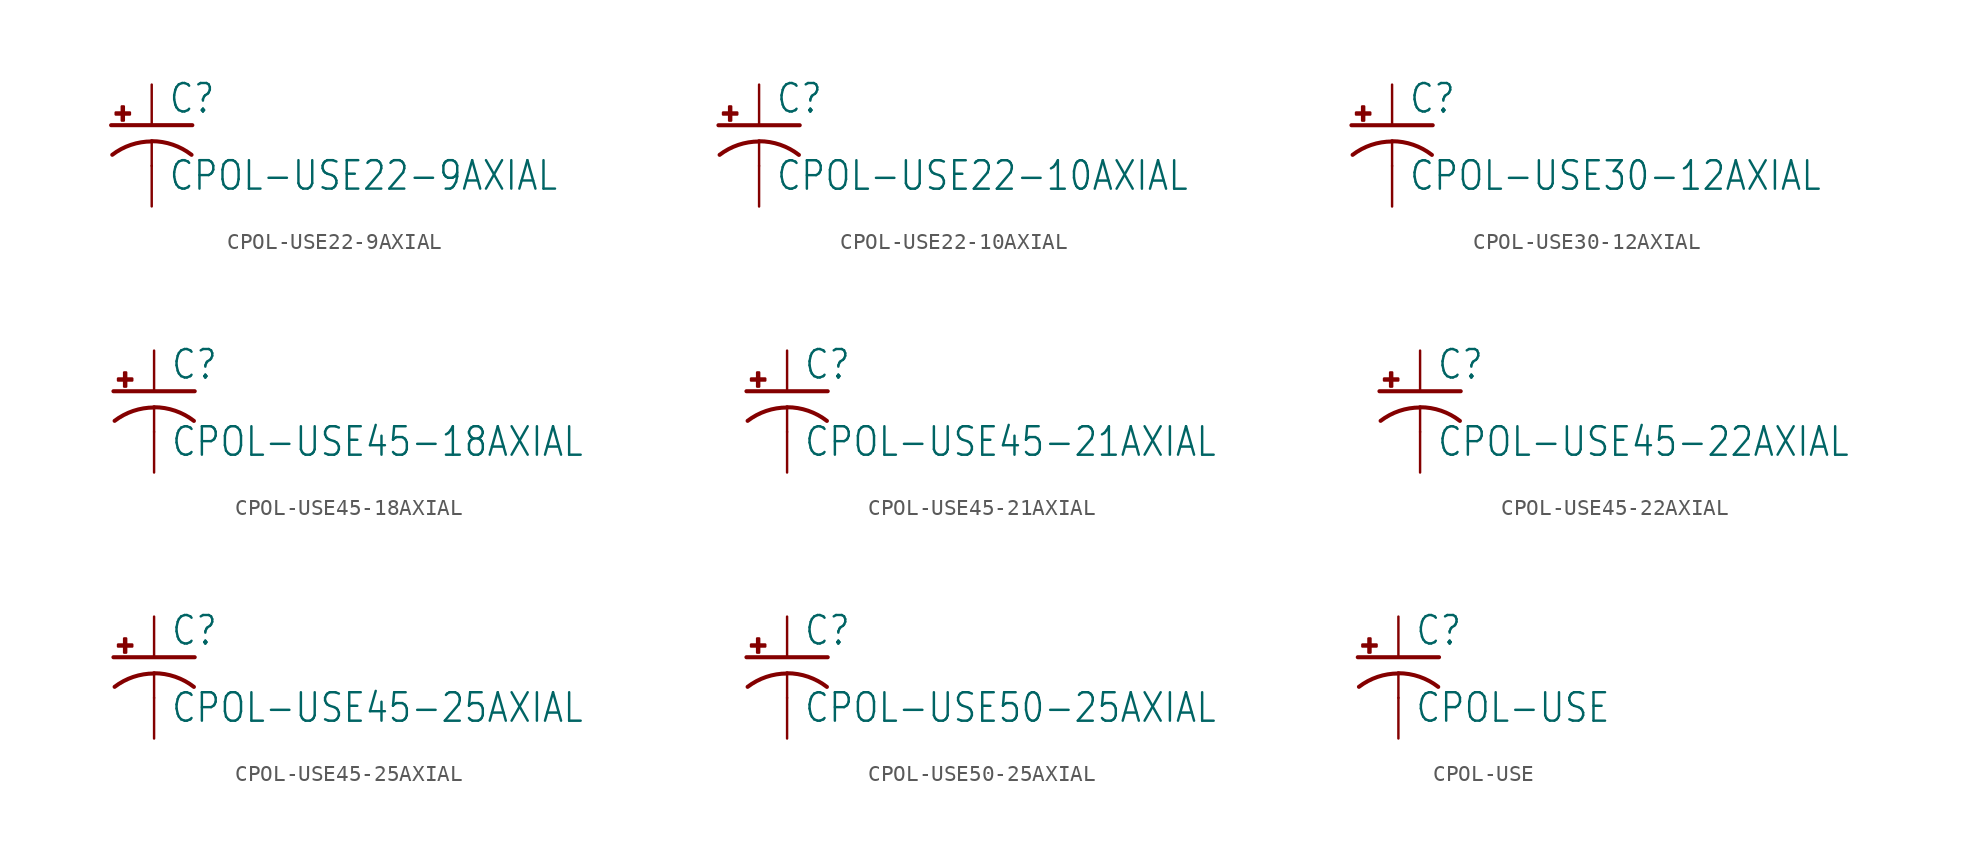
<source format=kicad_sym>
(kicad_symbol_lib
  (version 20211014)
  (generator kicad_symbol_editor)
  (symbol "CPOL-USE22-9AXIAL"
    (property "Reference" "C"
      (at 1.016 0.635 0)
      (effects (font (size 1.778 1.511)) (justify left bottom)))
    (property "Value" "CPOL-USE22-9AXIAL"
      (at 1.016 -4.191 0)
      (effects (font (size 1.778 1.511)) (justify left bottom)))
    (property "ki_locked" ""
      (at 0 0 0)
      (effects (font (size 1.27 1.27))))
    (symbol "CPOL-USE22-9AXIAL_1_0"
      (rectangle (start -2.253 0.668) (end -1.364 0.795) (stroke (width 0) (type default) (color 0 0 0 0)) (fill (type outline)))
      (rectangle (start -1.872 0.287) (end -1.745 1.176) (stroke (width 0) (type default) (color 0 0 0 0)) (fill (type outline)))
      (arc (start 0 -1.0161) (mid -1.3021 -1.2302) (end -2.4669 -1.8504) (stroke (width 0.254) (type default) (color 0 0 0 0)) (fill (type none)))
      (polyline (pts (xy -2.54 0) (xy 2.54 0)) (stroke (width 0.254) (type default) (color 0 0 0 0)) (fill (type none)))
      (polyline (pts (xy 0 -1.016) (xy 0 -2.54)) (stroke (width 0.152) (type default) (color 0 0 0 0)) (fill (type none)))
      (arc (start 2.4892 -1.8542) (mid 1.3158 -1.2195) (end 0 -1) (stroke (width 0.254) (type default) (color 0 0 0 0)) (fill (type none)))
      (pin passive line (at 0 2.54 270) (length 2.54) (name "+" (effects (font (size 0 0)))) (number "+" (effects (font (size 0 0)))))
      (pin passive line (at 0 -5.08 90) (length 2.54) (name "-" (effects (font (size 0 0)))) (number "-" (effects (font (size 0 0)))))))
  (symbol "CPOL-USE22-10AXIAL"
    (property "Reference" "C"
      (at 1.016 0.635 0)
      (effects (font (size 1.778 1.511)) (justify left bottom)))
    (property "Value" "CPOL-USE22-10AXIAL"
      (at 1.016 -4.191 0)
      (effects (font (size 1.778 1.511)) (justify left bottom)))
    (property "ki_locked" ""
      (at 0 0 0)
      (effects (font (size 1.27 1.27))))
    (symbol "CPOL-USE22-10AXIAL_1_0"
      (rectangle (start -2.253 0.668) (end -1.364 0.795) (stroke (width 0) (type default) (color 0 0 0 0)) (fill (type outline)))
      (rectangle (start -1.872 0.287) (end -1.745 1.176) (stroke (width 0) (type default) (color 0 0 0 0)) (fill (type outline)))
      (arc (start 0 -1.0161) (mid -1.3021 -1.2302) (end -2.4669 -1.8504) (stroke (width 0.254) (type default) (color 0 0 0 0)) (fill (type none)))
      (polyline (pts (xy -2.54 0) (xy 2.54 0)) (stroke (width 0.254) (type default) (color 0 0 0 0)) (fill (type none)))
      (polyline (pts (xy 0 -1.016) (xy 0 -2.54)) (stroke (width 0.152) (type default) (color 0 0 0 0)) (fill (type none)))
      (arc (start 2.4892 -1.8542) (mid 1.3158 -1.2195) (end 0 -1) (stroke (width 0.254) (type default) (color 0 0 0 0)) (fill (type none)))
      (pin passive line (at 0 2.54 270) (length 2.54) (name "+" (effects (font (size 0 0)))) (number "+" (effects (font (size 0 0)))))
      (pin passive line (at 0 -5.08 90) (length 2.54) (name "-" (effects (font (size 0 0)))) (number "-" (effects (font (size 0 0)))))))
  (symbol "CPOL-USE30-12AXIAL"
    (property "Reference" "C"
      (at 1.016 0.635 0)
      (effects (font (size 1.778 1.511)) (justify left bottom)))
    (property "Value" "CPOL-USE30-12AXIAL"
      (at 1.016 -4.191 0)
      (effects (font (size 1.778 1.511)) (justify left bottom)))
    (property "ki_locked" ""
      (at 0 0 0)
      (effects (font (size 1.27 1.27))))
    (symbol "CPOL-USE30-12AXIAL_1_0"
      (rectangle (start -2.253 0.668) (end -1.364 0.795) (stroke (width 0) (type default) (color 0 0 0 0)) (fill (type outline)))
      (rectangle (start -1.872 0.287) (end -1.745 1.176) (stroke (width 0) (type default) (color 0 0 0 0)) (fill (type outline)))
      (arc (start 0 -1.0161) (mid -1.3021 -1.2302) (end -2.4669 -1.8504) (stroke (width 0.254) (type default) (color 0 0 0 0)) (fill (type none)))
      (polyline (pts (xy -2.54 0) (xy 2.54 0)) (stroke (width 0.254) (type default) (color 0 0 0 0)) (fill (type none)))
      (polyline (pts (xy 0 -1.016) (xy 0 -2.54)) (stroke (width 0.152) (type default) (color 0 0 0 0)) (fill (type none)))
      (arc (start 2.4892 -1.8542) (mid 1.3158 -1.2195) (end 0 -1) (stroke (width 0.254) (type default) (color 0 0 0 0)) (fill (type none)))
      (pin passive line (at 0 2.54 270) (length 2.54) (name "+" (effects (font (size 0 0)))) (number "+" (effects (font (size 0 0)))))
      (pin passive line (at 0 -5.08 90) (length 2.54) (name "-" (effects (font (size 0 0)))) (number "-" (effects (font (size 0 0)))))))
  (symbol "CPOL-USE45-18AXIAL"
    (property "Reference" "C"
      (at 1.016 0.635 0)
      (effects (font (size 1.778 1.511)) (justify left bottom)))
    (property "Value" "CPOL-USE45-18AXIAL"
      (at 1.016 -4.191 0)
      (effects (font (size 1.778 1.511)) (justify left bottom)))
    (property "ki_locked" ""
      (at 0 0 0)
      (effects (font (size 1.27 1.27))))
    (symbol "CPOL-USE45-18AXIAL_1_0"
      (rectangle (start -2.253 0.668) (end -1.364 0.795) (stroke (width 0) (type default) (color 0 0 0 0)) (fill (type outline)))
      (rectangle (start -1.872 0.287) (end -1.745 1.176) (stroke (width 0) (type default) (color 0 0 0 0)) (fill (type outline)))
      (arc (start 0 -1.0161) (mid -1.3021 -1.2302) (end -2.4669 -1.8504) (stroke (width 0.254) (type default) (color 0 0 0 0)) (fill (type none)))
      (polyline (pts (xy -2.54 0) (xy 2.54 0)) (stroke (width 0.254) (type default) (color 0 0 0 0)) (fill (type none)))
      (polyline (pts (xy 0 -1.016) (xy 0 -2.54)) (stroke (width 0.152) (type default) (color 0 0 0 0)) (fill (type none)))
      (arc (start 2.4892 -1.8542) (mid 1.3158 -1.2195) (end 0 -1) (stroke (width 0.254) (type default) (color 0 0 0 0)) (fill (type none)))
      (pin passive line (at 0 2.54 270) (length 2.54) (name "+" (effects (font (size 0 0)))) (number "+" (effects (font (size 0 0)))))
      (pin passive line (at 0 -5.08 90) (length 2.54) (name "-" (effects (font (size 0 0)))) (number "-" (effects (font (size 0 0)))))))
  (symbol "CPOL-USE45-21AXIAL"
    (property "Reference" "C"
      (at 1.016 0.635 0)
      (effects (font (size 1.778 1.511)) (justify left bottom)))
    (property "Value" "CPOL-USE45-21AXIAL"
      (at 1.016 -4.191 0)
      (effects (font (size 1.778 1.511)) (justify left bottom)))
    (property "ki_locked" ""
      (at 0 0 0)
      (effects (font (size 1.27 1.27))))
    (symbol "CPOL-USE45-21AXIAL_1_0"
      (rectangle (start -2.253 0.668) (end -1.364 0.795) (stroke (width 0) (type default) (color 0 0 0 0)) (fill (type outline)))
      (rectangle (start -1.872 0.287) (end -1.745 1.176) (stroke (width 0) (type default) (color 0 0 0 0)) (fill (type outline)))
      (arc (start 0 -1.0161) (mid -1.3021 -1.2302) (end -2.4669 -1.8504) (stroke (width 0.254) (type default) (color 0 0 0 0)) (fill (type none)))
      (polyline (pts (xy -2.54 0) (xy 2.54 0)) (stroke (width 0.254) (type default) (color 0 0 0 0)) (fill (type none)))
      (polyline (pts (xy 0 -1.016) (xy 0 -2.54)) (stroke (width 0.152) (type default) (color 0 0 0 0)) (fill (type none)))
      (arc (start 2.4892 -1.8542) (mid 1.3158 -1.2195) (end 0 -1) (stroke (width 0.254) (type default) (color 0 0 0 0)) (fill (type none)))
      (pin passive line (at 0 2.54 270) (length 2.54) (name "+" (effects (font (size 0 0)))) (number "+" (effects (font (size 0 0)))))
      (pin passive line (at 0 -5.08 90) (length 2.54) (name "-" (effects (font (size 0 0)))) (number "-" (effects (font (size 0 0)))))))
  (symbol "CPOL-USE45-22AXIAL"
    (property "Reference" "C"
      (at 1.016 0.635 0)
      (effects (font (size 1.778 1.511)) (justify left bottom)))
    (property "Value" "CPOL-USE45-22AXIAL"
      (at 1.016 -4.191 0)
      (effects (font (size 1.778 1.511)) (justify left bottom)))
    (property "ki_locked" ""
      (at 0 0 0)
      (effects (font (size 1.27 1.27))))
    (symbol "CPOL-USE45-22AXIAL_1_0"
      (rectangle (start -2.253 0.668) (end -1.364 0.795) (stroke (width 0) (type default) (color 0 0 0 0)) (fill (type outline)))
      (rectangle (start -1.872 0.287) (end -1.745 1.176) (stroke (width 0) (type default) (color 0 0 0 0)) (fill (type outline)))
      (arc (start 0 -1.0161) (mid -1.3021 -1.2302) (end -2.4669 -1.8504) (stroke (width 0.254) (type default) (color 0 0 0 0)) (fill (type none)))
      (polyline (pts (xy -2.54 0) (xy 2.54 0)) (stroke (width 0.254) (type default) (color 0 0 0 0)) (fill (type none)))
      (polyline (pts (xy 0 -1.016) (xy 0 -2.54)) (stroke (width 0.152) (type default) (color 0 0 0 0)) (fill (type none)))
      (arc (start 2.4892 -1.8542) (mid 1.3158 -1.2195) (end 0 -1) (stroke (width 0.254) (type default) (color 0 0 0 0)) (fill (type none)))
      (pin passive line (at 0 2.54 270) (length 2.54) (name "+" (effects (font (size 0 0)))) (number "+" (effects (font (size 0 0)))))
      (pin passive line (at 0 -5.08 90) (length 2.54) (name "-" (effects (font (size 0 0)))) (number "-" (effects (font (size 0 0)))))))
  (symbol "CPOL-USE45-25AXIAL"
    (property "Reference" "C"
      (at 1.016 0.635 0)
      (effects (font (size 1.778 1.511)) (justify left bottom)))
    (property "Value" "CPOL-USE45-25AXIAL"
      (at 1.016 -4.191 0)
      (effects (font (size 1.778 1.511)) (justify left bottom)))
    (property "ki_locked" ""
      (at 0 0 0)
      (effects (font (size 1.27 1.27))))
    (symbol "CPOL-USE45-25AXIAL_1_0"
      (rectangle (start -2.253 0.668) (end -1.364 0.795) (stroke (width 0) (type default) (color 0 0 0 0)) (fill (type outline)))
      (rectangle (start -1.872 0.287) (end -1.745 1.176) (stroke (width 0) (type default) (color 0 0 0 0)) (fill (type outline)))
      (arc (start 0 -1.0161) (mid -1.3021 -1.2302) (end -2.4669 -1.8504) (stroke (width 0.254) (type default) (color 0 0 0 0)) (fill (type none)))
      (polyline (pts (xy -2.54 0) (xy 2.54 0)) (stroke (width 0.254) (type default) (color 0 0 0 0)) (fill (type none)))
      (polyline (pts (xy 0 -1.016) (xy 0 -2.54)) (stroke (width 0.152) (type default) (color 0 0 0 0)) (fill (type none)))
      (arc (start 2.4892 -1.8542) (mid 1.3158 -1.2195) (end 0 -1) (stroke (width 0.254) (type default) (color 0 0 0 0)) (fill (type none)))
      (pin passive line (at 0 2.54 270) (length 2.54) (name "+" (effects (font (size 0 0)))) (number "+" (effects (font (size 0 0)))))
      (pin passive line (at 0 -5.08 90) (length 2.54) (name "-" (effects (font (size 0 0)))) (number "-" (effects (font (size 0 0)))))))
  (symbol "CPOL-USE50-25AXIAL"
    (property "Reference" "C"
      (at 1.016 0.635 0)
      (effects (font (size 1.778 1.511)) (justify left bottom)))
    (property "Value" "CPOL-USE50-25AXIAL"
      (at 1.016 -4.191 0)
      (effects (font (size 1.778 1.511)) (justify left bottom)))
    (property "ki_locked" ""
      (at 0 0 0)
      (effects (font (size 1.27 1.27))))
    (symbol "CPOL-USE50-25AXIAL_1_0"
      (rectangle (start -2.253 0.668) (end -1.364 0.795) (stroke (width 0) (type default) (color 0 0 0 0)) (fill (type outline)))
      (rectangle (start -1.872 0.287) (end -1.745 1.176) (stroke (width 0) (type default) (color 0 0 0 0)) (fill (type outline)))
      (arc (start 0 -1.0161) (mid -1.3021 -1.2302) (end -2.4669 -1.8504) (stroke (width 0.254) (type default) (color 0 0 0 0)) (fill (type none)))
      (polyline (pts (xy -2.54 0) (xy 2.54 0)) (stroke (width 0.254) (type default) (color 0 0 0 0)) (fill (type none)))
      (polyline (pts (xy 0 -1.016) (xy 0 -2.54)) (stroke (width 0.152) (type default) (color 0 0 0 0)) (fill (type none)))
      (arc (start 2.4892 -1.8542) (mid 1.3158 -1.2195) (end 0 -1) (stroke (width 0.254) (type default) (color 0 0 0 0)) (fill (type none)))
      (pin passive line (at 0 2.54 270) (length 2.54) (name "+" (effects (font (size 0 0)))) (number "+" (effects (font (size 0 0)))))
      (pin passive line (at 0 -5.08 90) (length 2.54) (name "-" (effects (font (size 0 0)))) (number "-" (effects (font (size 0 0)))))))
  (symbol "CPOL-USE"
    (property "Reference" "C"
      (at 1.016 0.635 0)
      (effects (font (size 1.778 1.511)) (justify left bottom)))
    (property "Value" "CPOL-USE"
      (at 1.016 -4.191 0)
      (effects (font (size 1.778 1.511)) (justify left bottom)))
    (property "ki_locked" ""
      (at 0 0 0)
      (effects (font (size 1.27 1.27))))
    (symbol "CPOL-USE_1_0"
      (rectangle (start -2.253 0.668) (end -1.364 0.795) (stroke (width 0) (type default) (color 0 0 0 0)) (fill (type outline)))
      (rectangle (start -1.872 0.287) (end -1.745 1.176) (stroke (width 0) (type default) (color 0 0 0 0)) (fill (type outline)))
      (arc (start 0 -1.0161) (mid -1.3021 -1.2302) (end -2.4669 -1.8504) (stroke (width 0.254) (type default) (color 0 0 0 0)) (fill (type none)))
      (polyline (pts (xy -2.54 0) (xy 2.54 0)) (stroke (width 0.254) (type default) (color 0 0 0 0)) (fill (type none)))
      (polyline (pts (xy 0 -1.016) (xy 0 -2.54)) (stroke (width 0.152) (type default) (color 0 0 0 0)) (fill (type none)))
      (arc (start 2.4892 -1.8542) (mid 1.3158 -1.2195) (end 0 -1) (stroke (width 0.254) (type default) (color 0 0 0 0)) (fill (type none)))
      (pin passive line (at 0 2.54 270) (length 2.54) (name "+" (effects (font (size 0 0)))) (number "+" (effects (font (size 0 0)))))
      (pin passive line (at 0 -5.08 90) (length 2.54) (name "-" (effects (font (size 0 0)))) (number "-" (effects (font (size 0 0))))))))
</source>
